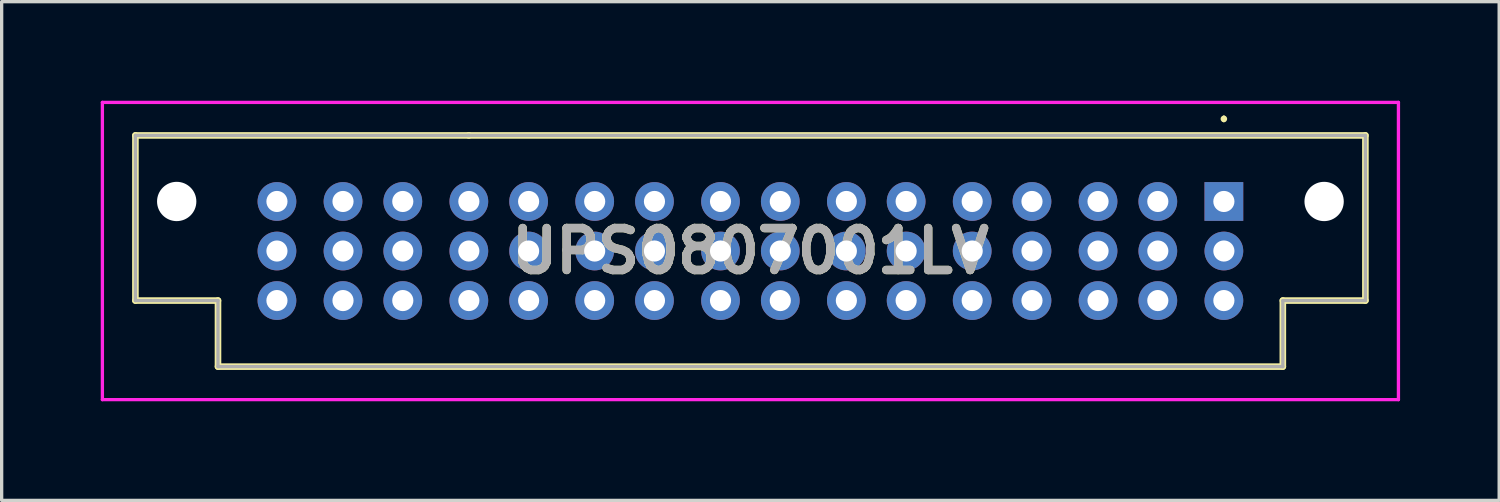
<source format=kicad_pcb>
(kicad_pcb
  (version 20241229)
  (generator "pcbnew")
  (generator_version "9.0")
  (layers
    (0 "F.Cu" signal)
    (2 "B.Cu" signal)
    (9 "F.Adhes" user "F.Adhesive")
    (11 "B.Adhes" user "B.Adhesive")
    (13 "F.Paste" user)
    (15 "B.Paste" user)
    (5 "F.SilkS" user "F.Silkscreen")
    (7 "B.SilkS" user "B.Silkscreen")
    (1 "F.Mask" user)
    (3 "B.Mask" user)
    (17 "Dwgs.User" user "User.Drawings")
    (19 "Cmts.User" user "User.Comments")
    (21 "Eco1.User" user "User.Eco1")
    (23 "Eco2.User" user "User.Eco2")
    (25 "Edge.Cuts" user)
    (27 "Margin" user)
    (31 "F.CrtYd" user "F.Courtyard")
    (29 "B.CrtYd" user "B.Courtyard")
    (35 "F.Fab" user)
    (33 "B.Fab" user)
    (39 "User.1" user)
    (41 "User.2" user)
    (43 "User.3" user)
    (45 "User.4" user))
  (footprint "UPS0807001LV"
    (layer "F.Cu")
    (at 34.005 3.05)
    (property "Reference" "UPS0807001LV" (at -14.335 1.5 0) (layer "F.SilkS") (effects (font (size 1.27 1.27) (thickness 0.254))))
    (attr through_hole)
    (fp_line (start -32.955 -2) (end -32.955 3) (stroke (width 0.2) (type solid)) (layer "F.SilkS"))
    (fp_line (start -32.955 3) (end -30.455 3) (stroke (width 0.2) (type solid)) (layer "F.SilkS"))
    (fp_line (start -30.455 3) (end -30.455 5) (stroke (width 0.2) (type solid)) (layer "F.SilkS"))
    (fp_line (start -30.455 5) (end 1.785 5) (stroke (width 0.2) (type solid)) (layer "F.SilkS"))
    (fp_line (start -22.86 -2) (end -32.955 -2) (stroke (width 0.2) (type solid)) (layer "F.SilkS"))
    (fp_line (start 0 -2.55) (end 0 -2.55) (stroke (width 0.1) (type solid)) (layer "F.SilkS"))
    (fp_line (start 0 -2.45) (end 0 -2.45) (stroke (width 0.1) (type solid)) (layer "F.SilkS"))
    (fp_line (start 1.785 3) (end 4.285 3) (stroke (width 0.2) (type solid)) (layer "F.SilkS"))
    (fp_line (start 1.785 5) (end 1.785 3) (stroke (width 0.2) (type solid)) (layer "F.SilkS"))
    (fp_line (start 4.285 -2) (end -22.86 -2) (stroke (width 0.2) (type solid)) (layer "F.SilkS"))
    (fp_line (start 4.285 3) (end 4.285 -2) (stroke (width 0.2) (type solid)) (layer "F.SilkS"))
    (fp_arc (start 0 -2.55) (mid 0.05 -2.5) (end 0 -2.45) (stroke (width 0.1) (type solid)) (layer "F.SilkS"))
    (fp_arc (start 0 -2.45) (mid -0.05 -2.5) (end 0 -2.55) (stroke (width 0.1) (type solid)) (layer "F.SilkS"))
    (fp_line (start -33.955 -3) (end 5.285 -3) (stroke (width 0.1) (type solid)) (layer "F.CrtYd"))
    (fp_line (start -33.955 6) (end -33.955 -3) (stroke (width 0.1) (type solid)) (layer "F.CrtYd"))
    (fp_line (start 5.285 -3) (end 5.285 6) (stroke (width 0.1) (type solid)) (layer "F.CrtYd"))
    (fp_line (start 5.285 6) (end -33.955 6) (stroke (width 0.1) (type solid)) (layer "F.CrtYd"))
    (fp_line (start -32.955 -2) (end -32.955 3) (stroke (width 0.1) (type solid)) (layer "F.Fab"))
    (fp_line (start -32.955 3) (end -30.455 3) (stroke (width 0.1) (type solid)) (layer "F.Fab"))
    (fp_line (start -30.455 3) (end -30.455 5) (stroke (width 0.1) (type solid)) (layer "F.Fab"))
    (fp_line (start -30.455 5) (end 1.785 5) (stroke (width 0.1) (type solid)) (layer "F.Fab"))
    (fp_line (start -22.86 -2) (end -32.955 -2) (stroke (width 0.1) (type solid)) (layer "F.Fab"))
    (fp_line (start 1.785 3) (end 4.285 3) (stroke (width 0.1) (type solid)) (layer "F.Fab"))
    (fp_line (start 1.785 5) (end 1.785 3) (stroke (width 0.1) (type solid)) (layer "F.Fab"))
    (fp_line (start 4.285 -2) (end -22.86 -2) (stroke (width 0.1) (type solid)) (layer "F.Fab"))
    (fp_line (start 4.285 3) (end 4.285 -2) (stroke (width 0.1) (type solid)) (layer "F.Fab"))
    (fp_text user "${REFERENCE}" (at -14.335 1.5 0) (layer "F.Fab") (effects (font (size 1.27 1.27) (thickness 0.254))))
    (pad "" np_thru_hole circle (at -31.705 0) (size 1.19 1.19) (drill 1.19) (layers "*.Cu" "*.Mask"))
    (pad "" np_thru_hole circle (at 3.035 0) (size 1.19 1.19) (drill 1.19) (layers "*.Cu" "*.Mask"))
    (pad "A1" thru_hole rect (at 0 0) (size 1.173 1.173) (drill 0.64) (layers "*.Cu" "*.Mask"))
    (pad "A2" thru_hole circle (at 0 1.5) (size 1.173 1.173) (drill 0.64) (layers "*.Cu" "*.Mask"))
    (pad "A3" thru_hole circle (at 0 3) (size 1.173 1.173) (drill 0.64) (layers "*.Cu" "*.Mask"))
    (pad "A4" thru_hole circle (at -2 0) (size 1.173 1.173) (drill 0.64) (layers "*.Cu" "*.Mask"))
    (pad "A5" thru_hole circle (at -2 1.5) (size 1.173 1.173) (drill 0.64) (layers "*.Cu" "*.Mask"))
    (pad "A6" thru_hole circle (at -2 3) (size 1.173 1.173) (drill 0.64) (layers "*.Cu" "*.Mask"))
    (pad "B1" thru_hole circle (at -3.81 0) (size 1.173 1.173) (drill 0.64) (layers "*.Cu" "*.Mask"))
    (pad "B2" thru_hole circle (at -3.81 1.5) (size 1.173 1.173) (drill 0.64) (layers "*.Cu" "*.Mask"))
    (pad "B3" thru_hole circle (at -3.81 3) (size 1.173 1.173) (drill 0.64) (layers "*.Cu" "*.Mask"))
    (pad "B4" thru_hole circle (at -5.81 0) (size 1.173 1.173) (drill 0.64) (layers "*.Cu" "*.Mask"))
    (pad "B5" thru_hole circle (at -5.81 1.5) (size 1.173 1.173) (drill 0.64) (layers "*.Cu" "*.Mask"))
    (pad "B6" thru_hole circle (at -5.81 3) (size 1.173 1.173) (drill 0.64) (layers "*.Cu" "*.Mask"))
    (pad "C1" thru_hole circle (at -7.62 0) (size 1.173 1.173) (drill 0.64) (layers "*.Cu" "*.Mask"))
    (pad "C2" thru_hole circle (at -7.62 1.5) (size 1.173 1.173) (drill 0.64) (layers "*.Cu" "*.Mask"))
    (pad "C3" thru_hole circle (at -7.62 3) (size 1.173 1.173) (drill 0.64) (layers "*.Cu" "*.Mask"))
    (pad "C4" thru_hole circle (at -9.62 0) (size 1.173 1.173) (drill 0.64) (layers "*.Cu" "*.Mask"))
    (pad "C5" thru_hole circle (at -9.62 1.5) (size 1.173 1.173) (drill 0.64) (layers "*.Cu" "*.Mask"))
    (pad "C6" thru_hole circle (at -9.62 3) (size 1.173 1.173) (drill 0.64) (layers "*.Cu" "*.Mask"))
    (pad "D1" thru_hole circle (at -11.43 0) (size 1.173 1.173) (drill 0.64) (layers "*.Cu" "*.Mask"))
    (pad "D2" thru_hole circle (at -11.43 1.5) (size 1.173 1.173) (drill 0.64) (layers "*.Cu" "*.Mask"))
    (pad "D3" thru_hole circle (at -11.43 3) (size 1.173 1.173) (drill 0.64) (layers "*.Cu" "*.Mask"))
    (pad "D4" thru_hole circle (at -13.43 0) (size 1.173 1.173) (drill 0.64) (layers "*.Cu" "*.Mask"))
    (pad "D5" thru_hole circle (at -13.43 1.5) (size 1.173 1.173) (drill 0.64) (layers "*.Cu" "*.Mask"))
    (pad "D6" thru_hole circle (at -13.43 3) (size 1.173 1.173) (drill 0.64) (layers "*.Cu" "*.Mask"))
    (pad "E1" thru_hole circle (at -15.24 0) (size 1.173 1.173) (drill 0.64) (layers "*.Cu" "*.Mask"))
    (pad "E2" thru_hole circle (at -15.24 1.5) (size 1.173 1.173) (drill 0.64) (layers "*.Cu" "*.Mask"))
    (pad "E3" thru_hole circle (at -15.24 3) (size 1.173 1.173) (drill 0.64) (layers "*.Cu" "*.Mask"))
    (pad "E4" thru_hole circle (at -17.24 0) (size 1.173 1.173) (drill 0.64) (layers "*.Cu" "*.Mask"))
    (pad "E5" thru_hole circle (at -17.24 1.5) (size 1.173 1.173) (drill 0.64) (layers "*.Cu" "*.Mask"))
    (pad "E6" thru_hole circle (at -17.24 3) (size 1.173 1.173) (drill 0.64) (layers "*.Cu" "*.Mask"))
    (pad "F1" thru_hole circle (at -19.05 0) (size 1.173 1.173) (drill 0.64) (layers "*.Cu" "*.Mask"))
    (pad "F2" thru_hole circle (at -19.05 1.5) (size 1.173 1.173) (drill 0.64) (layers "*.Cu" "*.Mask"))
    (pad "F3" thru_hole circle (at -19.05 3) (size 1.173 1.173) (drill 0.64) (layers "*.Cu" "*.Mask"))
    (pad "F4" thru_hole circle (at -21.05 0) (size 1.173 1.173) (drill 0.64) (layers "*.Cu" "*.Mask"))
    (pad "F5" thru_hole circle (at -21.05 1.5) (size 1.173 1.173) (drill 0.64) (layers "*.Cu" "*.Mask"))
    (pad "F6" thru_hole circle (at -21.05 3) (size 1.173 1.173) (drill 0.64) (layers "*.Cu" "*.Mask"))
    (pad "G1" thru_hole circle (at -22.86 0) (size 1.173 1.173) (drill 0.64) (layers "*.Cu" "*.Mask"))
    (pad "G2" thru_hole circle (at -22.86 1.5) (size 1.173 1.173) (drill 0.64) (layers "*.Cu" "*.Mask"))
    (pad "G3" thru_hole circle (at -22.86 3) (size 1.173 1.173) (drill 0.64) (layers "*.Cu" "*.Mask"))
    (pad "G4" thru_hole circle (at -24.86 0) (size 1.173 1.173) (drill 0.64) (layers "*.Cu" "*.Mask"))
    (pad "G5" thru_hole circle (at -24.86 1.5) (size 1.173 1.173) (drill 0.64) (layers "*.Cu" "*.Mask"))
    (pad "G6" thru_hole circle (at -24.86 3) (size 1.173 1.173) (drill 0.64) (layers "*.Cu" "*.Mask"))
    (pad "H1" thru_hole circle (at -26.67 0) (size 1.173 1.173) (drill 0.64) (layers "*.Cu" "*.Mask"))
    (pad "H2" thru_hole circle (at -26.67 1.5) (size 1.173 1.173) (drill 0.64) (layers "*.Cu" "*.Mask"))
    (pad "H3" thru_hole circle (at -26.67 3) (size 1.173 1.173) (drill 0.64) (layers "*.Cu" "*.Mask"))
    (pad "H4" thru_hole circle (at -28.67 0) (size 1.173 1.173) (drill 0.64) (layers "*.Cu" "*.Mask"))
    (pad "H5" thru_hole circle (at -28.67 1.5) (size 1.173 1.173) (drill 0.64) (layers "*.Cu" "*.Mask"))
    (pad "H6" thru_hole circle (at -28.67 3) (size 1.173 1.173) (drill 0.64) (layers "*.Cu" "*.Mask")))
  (gr_rect
    (start -3 -3)
    (end 42.34 12.1)
    (stroke (width 0.1) (type default))
    (fill no)
    (layer "Edge.Cuts")))
</source>
